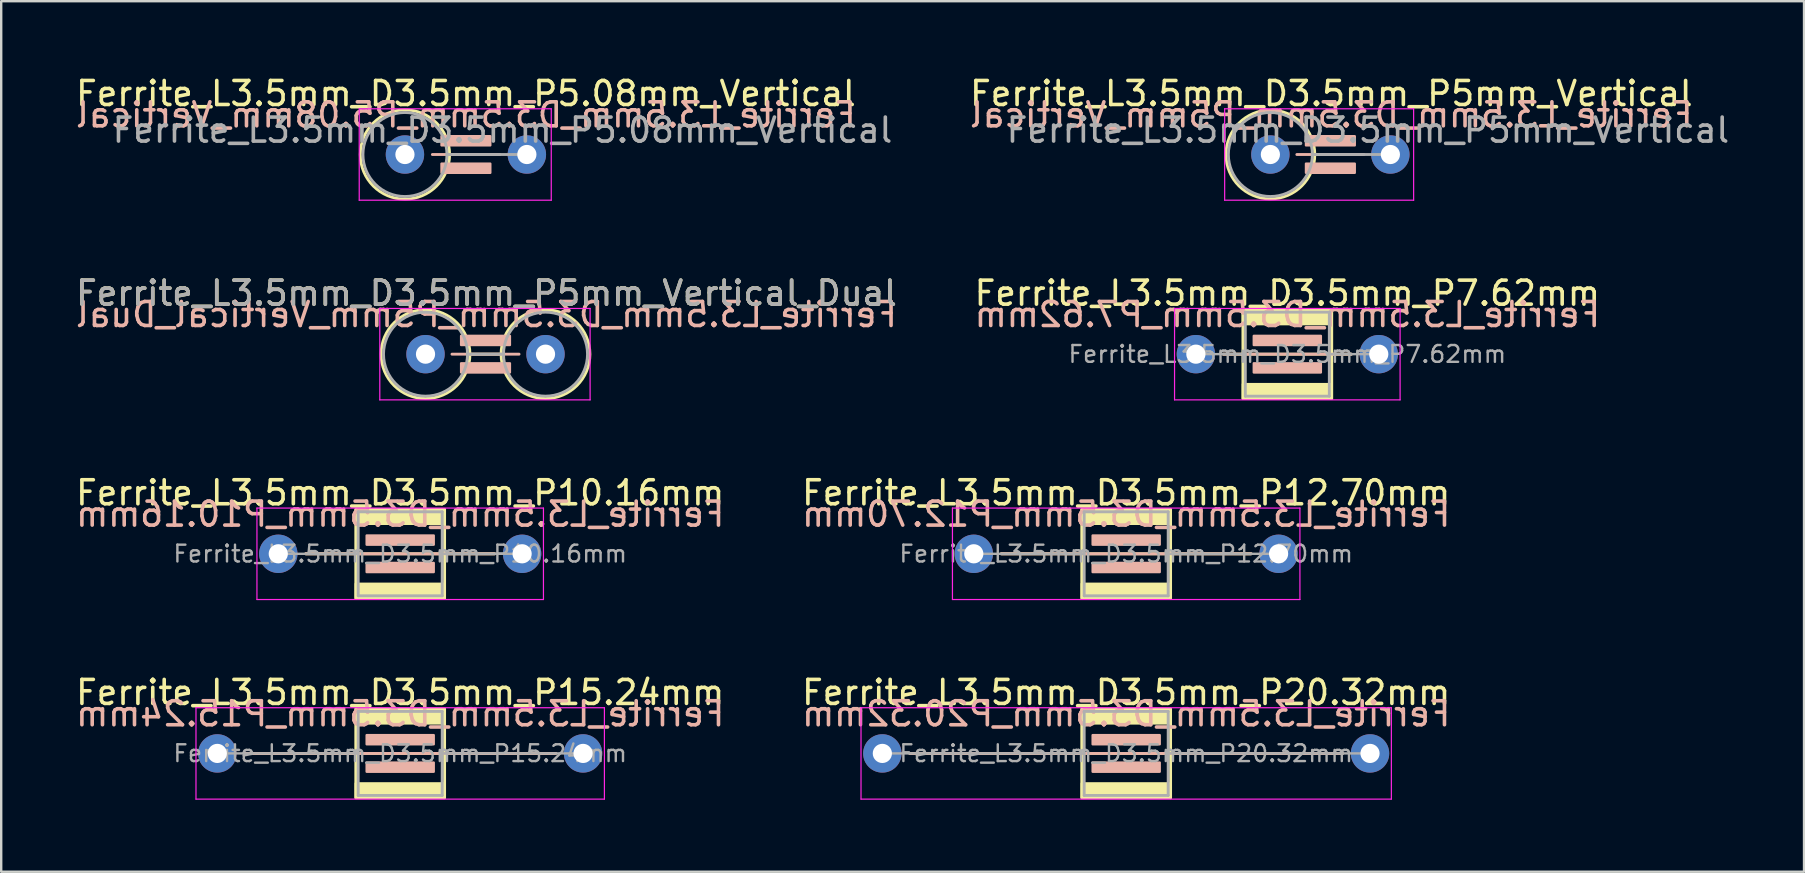
<source format=kicad_pcb>
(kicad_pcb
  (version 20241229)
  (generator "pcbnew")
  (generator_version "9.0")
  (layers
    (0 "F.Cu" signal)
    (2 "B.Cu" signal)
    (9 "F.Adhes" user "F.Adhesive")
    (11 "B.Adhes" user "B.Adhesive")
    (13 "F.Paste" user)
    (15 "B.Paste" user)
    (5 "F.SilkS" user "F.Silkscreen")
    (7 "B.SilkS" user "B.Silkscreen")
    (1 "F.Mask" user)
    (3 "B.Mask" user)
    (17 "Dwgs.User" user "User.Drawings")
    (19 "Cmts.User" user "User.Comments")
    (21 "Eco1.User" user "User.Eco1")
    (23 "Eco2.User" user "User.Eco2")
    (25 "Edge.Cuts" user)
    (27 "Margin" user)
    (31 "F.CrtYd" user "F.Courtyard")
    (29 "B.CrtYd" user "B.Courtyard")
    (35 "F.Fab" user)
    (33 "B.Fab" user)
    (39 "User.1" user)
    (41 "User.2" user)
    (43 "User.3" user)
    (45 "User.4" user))
  (footprint "Ferrite_L3.5mm_D3.5mm_P7.62mm"
    (layer "F.Cu")
    (at 46.779 11.707)
    (property "Reference" "Ferrite_L3.5mm_D3.5mm_P7.62mm" (at 3.81 -2.54 0) (layer "F.SilkS") (effects (font (size 1 1) (thickness 0.15))))
    (fp_line (start 6.477 0) (end 1.143 0) (stroke (width 0.12) (type solid)) (layer "F.SilkS"))
    (fp_rect (start 1.96 -1.85) (end 5.66 1.85) (stroke (width 0.12) (type solid)) (fill no) (layer "F.SilkS"))
    (fp_poly (pts (xy 5.66 -1.25) (xy 1.96 -1.25) (xy 1.96 -1.85) (xy 5.66 -1.85)) (stroke (width 0.1) (type solid)) (fill yes) (layer "F.SilkS"))
    (fp_poly (pts (xy 5.66 1.85) (xy 1.96 1.85) (xy 1.96 1.25) (xy 5.66 1.25)) (stroke (width 0.1) (type solid)) (fill yes) (layer "F.SilkS"))
    (fp_line (start 1.143 0) (end 6.477 0) (stroke (width 0.12) (type solid)) (layer "B.SilkS"))
    (fp_rect (start 2.413 -0.762) (end 5.207 -0.381) (stroke (width 0.1) (type solid)) (fill yes) (layer "B.SilkS"))
    (fp_rect (start 2.413 0.381) (end 5.207 0.762) (stroke (width 0.1) (type solid)) (fill yes) (layer "B.SilkS"))
    (fp_line (start -0.889 -1.905) (end 8.509 -1.905) (stroke (width 0.05) (type solid)) (layer "F.CrtYd"))
    (fp_line (start -0.889 1.905) (end -0.889 -1.905) (stroke (width 0.05) (type solid)) (layer "F.CrtYd"))
    (fp_line (start 8.509 -1.905) (end 8.509 1.905) (stroke (width 0.05) (type solid)) (layer "F.CrtYd"))
    (fp_line (start 8.509 1.905) (end -0.889 1.905) (stroke (width 0.05) (type solid)) (layer "F.CrtYd"))
    (fp_line (start 0 0) (end 2.06 0) (stroke (width 0.1) (type solid)) (layer "F.Fab"))
    (fp_line (start 2.06 -1.75) (end 2.06 1.75) (stroke (width 0.12) (type solid)) (layer "F.Fab"))
    (fp_line (start 2.06 1.75) (end 5.56 1.75) (stroke (width 0.12) (type solid)) (layer "F.Fab"))
    (fp_line (start 5.56 -1.75) (end 2.06 -1.75) (stroke (width 0.12) (type solid)) (layer "F.Fab"))
    (fp_line (start 5.56 0) (end 7.62 0) (stroke (width 0.1) (type solid)) (layer "F.Fab"))
    (fp_line (start 5.56 1.75) (end 5.56 -1.75) (stroke (width 0.12) (type solid)) (layer "F.Fab"))
    (fp_text user "${REFERENCE}" (at 3.81 -1.651 0) (layer "B.SilkS") (effects (font (size 1 1) (thickness 0.15)) (justify mirror)))
    (fp_text user "${REFERENCE}" (at 3.81 0 0) (layer "F.Fab") (effects (font (size 0.7 0.7) (thickness 0.1))))
    (pad "1" thru_hole circle (at 0 0) (size 1.6 1.6) (drill 0.8) (layers "*.Cu" "*.Mask"))
    (pad "2" thru_hole circle (at 7.62 0) (size 1.6 1.6) (drill 0.8) (layers "*.Cu" "*.Mask")))
  (footprint "Ferrite_L3.5mm_D3.5mm_P12.70mm"
    (layer "F.Cu")
    (at 37.525 20.025)
    (property "Reference" "Ferrite_L3.5mm_D3.5mm_P12.70mm" (at 6.35 -2.54 0) (layer "F.SilkS") (effects (font (size 1 1) (thickness 0.15))))
    (fp_line (start 11.557 0) (end 1.143 0) (stroke (width 0.12) (type solid)) (layer "F.SilkS"))
    (fp_rect (start 4.5 -1.85) (end 8.2 1.85) (stroke (width 0.12) (type solid)) (fill no) (layer "F.SilkS"))
    (fp_poly (pts (xy 8.2 -1.25) (xy 4.5 -1.25) (xy 4.5 -1.85) (xy 8.2 -1.85)) (stroke (width 0.1) (type solid)) (fill yes) (layer "F.SilkS"))
    (fp_poly (pts (xy 8.2 1.85) (xy 4.5 1.85) (xy 4.5 1.25) (xy 8.2 1.25)) (stroke (width 0.1) (type solid)) (fill yes) (layer "F.SilkS"))
    (fp_line (start 1.143 0) (end 11.557 0) (stroke (width 0.12) (type solid)) (layer "B.SilkS"))
    (fp_rect (start 4.953 -0.762) (end 7.747 -0.381) (stroke (width 0.1) (type solid)) (fill yes) (layer "B.SilkS"))
    (fp_rect (start 4.953 0.381) (end 7.747 0.762) (stroke (width 0.1) (type solid)) (fill yes) (layer "B.SilkS"))
    (fp_line (start -0.889 -1.905) (end 13.589 -1.905) (stroke (width 0.05) (type solid)) (layer "F.CrtYd"))
    (fp_line (start -0.889 1.905) (end -0.889 -1.905) (stroke (width 0.05) (type solid)) (layer "F.CrtYd"))
    (fp_line (start 13.589 -1.905) (end 13.589 1.905) (stroke (width 0.05) (type solid)) (layer "F.CrtYd"))
    (fp_line (start 13.589 1.905) (end -0.889 1.905) (stroke (width 0.05) (type solid)) (layer "F.CrtYd"))
    (fp_line (start 4.6 -1.75) (end 4.6 1.75) (stroke (width 0.12) (type solid)) (layer "F.Fab"))
    (fp_line (start 4.6 0) (end 0 0) (stroke (width 0.1) (type solid)) (layer "F.Fab"))
    (fp_line (start 4.6 1.75) (end 8.1 1.75) (stroke (width 0.12) (type solid)) (layer "F.Fab"))
    (fp_line (start 8.1 -1.75) (end 4.6 -1.75) (stroke (width 0.12) (type solid)) (layer "F.Fab"))
    (fp_line (start 8.1 0) (end 12.7 0) (stroke (width 0.1) (type solid)) (layer "F.Fab"))
    (fp_line (start 8.1 1.75) (end 8.1 -1.75) (stroke (width 0.12) (type solid)) (layer "F.Fab"))
    (fp_text user "${REFERENCE}" (at 6.35 -1.651 0) (layer "B.SilkS") (effects (font (size 1 1) (thickness 0.15)) (justify mirror)))
    (fp_text user "${REFERENCE}" (at 6.35 0 0) (layer "F.Fab") (effects (font (size 0.7 0.7) (thickness 0.1))))
    (pad "1" thru_hole circle (at 0 0) (size 1.6 1.6) (drill 0.8) (layers "*.Cu" "*.Mask"))
    (pad "2" thru_hole circle (at 12.7 0) (size 1.6 1.6) (drill 0.8) (layers "*.Cu" "*.Mask")))
  (footprint "Ferrite_L3.5mm_D3.5mm_P5mm_Vertical_Dual"
    (layer "F.Cu")
    (at 14.68 11.707)
    (property "Reference" "Ferrite_L3.5mm_D3.5mm_P5mm_Vertical_Dual" (at 2.54 -2.54 0) (layer "F.SilkS") (effects (font (size 1 1) (thickness 0.15))))
    (fp_line (start 1.85 0) (end 3.15 0) (stroke (width 0.12) (type solid)) (layer "F.SilkS"))
    (fp_circle (center 0 0) (end -1.85 0) (stroke (width 0.12) (type solid)) (fill no) (layer "F.SilkS"))
    (fp_circle (center 5 0) (end 3.15 0) (stroke (width 0.12) (type solid)) (fill no) (layer "F.SilkS"))
    (fp_line (start 3.897 0) (end 1.103 0) (stroke (width 0.12) (type solid)) (layer "B.SilkS"))
    (fp_rect (start 1.484 -0.762) (end 3.516 -0.381) (stroke (width 0.1) (type solid)) (fill yes) (layer "B.SilkS"))
    (fp_rect (start 1.484 0.381) (end 3.516 0.762) (stroke (width 0.1) (type solid)) (fill yes) (layer "B.SilkS"))
    (fp_line (start -1.905 -1.905) (end 6.858 -1.905) (stroke (width 0.05) (type solid)) (layer "F.CrtYd"))
    (fp_line (start -1.905 1.905) (end -1.905 -1.905) (stroke (width 0.05) (type solid)) (layer "F.CrtYd"))
    (fp_line (start 6.858 -1.905) (end 6.858 1.905) (stroke (width 0.05) (type solid)) (layer "F.CrtYd"))
    (fp_line (start 6.858 1.905) (end -1.905 1.905) (stroke (width 0.05) (type solid)) (layer "F.CrtYd"))
    (fp_line (start 1.75 0) (end 3.25 0) (stroke (width 0.12) (type solid)) (layer "F.Fab"))
    (fp_circle (center 0 0) (end -1.75 0) (stroke (width 0.12) (type solid)) (fill no) (layer "F.Fab"))
    (fp_circle (center 5 0) (end 3.25 0) (stroke (width 0.12) (type solid)) (fill no) (layer "F.Fab"))
    (fp_text user "${REFERENCE}" (at 2.54 -1.651 0) (layer "B.SilkS") (effects (font (size 1 1) (thickness 0.15)) (justify mirror)))
    (fp_text user "${REFERENCE}" (at 2.54 -2.539 0) (layer "F.Fab") (effects (font (size 1 1) (thickness 0.15))))
    (pad "1" thru_hole circle (at 0 0) (size 1.6 1.6) (drill 0.8) (layers "*.Cu" "*.Mask"))
    (pad "2" thru_hole circle (at 5 0) (size 1.6 1.6) (drill 0.8) (layers "*.Cu" "*.Mask")))
  (footprint "Ferrite_L3.5mm_D3.5mm_P15.24mm"
    (layer "F.Cu")
    (at 6.005 28.343)
    (property "Reference" "Ferrite_L3.5mm_D3.5mm_P15.24mm" (at 7.62 -2.54 0) (layer "F.SilkS") (effects (font (size 1 1) (thickness 0.15))))
    (fp_line (start 14.097 0) (end 1.143 0) (stroke (width 0.12) (type solid)) (layer "F.SilkS"))
    (fp_rect (start 5.77 -1.85) (end 9.47 1.85) (stroke (width 0.12) (type solid)) (fill no) (layer "F.SilkS"))
    (fp_poly (pts (xy 9.47 -1.25) (xy 5.77 -1.25) (xy 5.77 -1.85) (xy 9.47 -1.85)) (stroke (width 0.1) (type solid)) (fill yes) (layer "F.SilkS"))
    (fp_poly (pts (xy 9.47 1.85) (xy 5.77 1.85) (xy 5.77 1.25) (xy 9.47 1.25)) (stroke (width 0.1) (type solid)) (fill yes) (layer "F.SilkS"))
    (fp_line (start 1.143 0) (end 14.097 0) (stroke (width 0.12) (type solid)) (layer "B.SilkS"))
    (fp_rect (start 6.223 -0.762) (end 9.017 -0.381) (stroke (width 0.1) (type solid)) (fill yes) (layer "B.SilkS"))
    (fp_rect (start 6.223 0.381) (end 9.017 0.762) (stroke (width 0.1) (type solid)) (fill yes) (layer "B.SilkS"))
    (fp_line (start -0.889 -1.905) (end 16.129 -1.905) (stroke (width 0.05) (type solid)) (layer "F.CrtYd"))
    (fp_line (start -0.889 1.905) (end -0.889 -1.905) (stroke (width 0.05) (type solid)) (layer "F.CrtYd"))
    (fp_line (start 16.129 -1.905) (end 16.129 1.905) (stroke (width 0.05) (type solid)) (layer "F.CrtYd"))
    (fp_line (start 16.129 1.905) (end -0.889 1.905) (stroke (width 0.05) (type solid)) (layer "F.CrtYd"))
    (fp_line (start 5.87 -1.75) (end 5.87 1.75) (stroke (width 0.12) (type solid)) (layer "F.Fab"))
    (fp_line (start 5.87 0) (end 0 0) (stroke (width 0.1) (type solid)) (layer "F.Fab"))
    (fp_line (start 5.87 1.75) (end 9.37 1.75) (stroke (width 0.12) (type solid)) (layer "F.Fab"))
    (fp_line (start 9.37 -1.75) (end 5.87 -1.75) (stroke (width 0.12) (type solid)) (layer "F.Fab"))
    (fp_line (start 9.37 0) (end 15.24 0) (stroke (width 0.1) (type solid)) (layer "F.Fab"))
    (fp_line (start 9.37 1.75) (end 9.37 -1.75) (stroke (width 0.12) (type solid)) (layer "F.Fab"))
    (fp_text user "${REFERENCE}" (at 7.62 -1.651 0) (layer "B.SilkS") (effects (font (size 1 1) (thickness 0.15)) (justify mirror)))
    (fp_text user "${REFERENCE}" (at 7.62 0 0) (layer "F.Fab") (effects (font (size 0.7 0.7) (thickness 0.1))))
    (pad "1" thru_hole circle (at 0 0) (size 1.6 1.6) (drill 0.8) (layers "*.Cu" "*.Mask"))
    (pad "2" thru_hole circle (at 15.24 0) (size 1.6 1.6) (drill 0.8) (layers "*.Cu" "*.Mask")))
  (footprint "Ferrite_L3.5mm_D3.5mm_P5.08mm_Vertical"
    (layer "F.Cu")
    (at 13.823 3.388)
    (property "Reference" "Ferrite_L3.5mm_D3.5mm_P5.08mm_Vertical" (at 2.54 -2.54 0) (layer "F.SilkS") (effects (font (size 1 1) (thickness 0.15))))
    (fp_line (start 1.86 0) (end 3.937 0) (stroke (width 0.12) (type solid)) (layer "F.SilkS"))
    (fp_circle (center 0 0) (end -1.86 0) (stroke (width 0.12) (type solid)) (fill no) (layer "F.SilkS"))
    (fp_line (start 3.937 0) (end 1.143 0) (stroke (width 0.12) (type solid)) (layer "B.SilkS"))
    (fp_rect (start 1.524 -0.762) (end 3.556 -0.381) (stroke (width 0.1) (type solid)) (fill yes) (layer "B.SilkS"))
    (fp_rect (start 1.524 0.381) (end 3.556 0.762) (stroke (width 0.1) (type solid)) (fill yes) (layer "B.SilkS"))
    (fp_line (start -1.905 -1.905) (end 6.096 -1.905) (stroke (width 0.05) (type solid)) (layer "F.CrtYd"))
    (fp_line (start -1.905 1.905) (end -1.905 -1.905) (stroke (width 0.05) (type solid)) (layer "F.CrtYd"))
    (fp_line (start 6.096 -1.905) (end 6.096 1.905) (stroke (width 0.05) (type solid)) (layer "F.CrtYd"))
    (fp_line (start 6.096 1.905) (end -1.905 1.905) (stroke (width 0.05) (type solid)) (layer "F.CrtYd"))
    (fp_line (start 1.75 0) (end 5.08 0) (stroke (width 0.12) (type solid)) (layer "F.Fab"))
    (fp_circle (center 0 0) (end -1.75 0) (stroke (width 0.12) (type solid)) (fill no) (layer "F.Fab"))
    (fp_text user "${REFERENCE}" (at 2.54 -1.651 0) (layer "B.SilkS") (effects (font (size 1 1) (thickness 0.15)) (justify mirror)))
    (fp_text user "${REFERENCE}" (at 4.064 -1.016 0) (layer "F.Fab") (effects (font (size 1 1) (thickness 0.15))))
    (pad "1" thru_hole circle (at 0 0) (size 1.6 1.6) (drill 0.8) (layers "*.Cu" "*.Mask"))
    (pad "2" thru_hole circle (at 5.08 0) (size 1.6 1.6) (drill 0.8) (layers "*.Cu" "*.Mask")))
  (footprint "Ferrite_L3.5mm_D3.5mm_P10.16mm"
    (layer "F.Cu")
    (at 8.545 20.025)
    (property "Reference" "Ferrite_L3.5mm_D3.5mm_P10.16mm" (at 5.08 -2.54 0) (layer "F.SilkS") (effects (font (size 1 1) (thickness 0.15))))
    (fp_line (start 9.017 0) (end 1.143 0) (stroke (width 0.12) (type solid)) (layer "F.SilkS"))
    (fp_rect (start 3.23 -1.85) (end 6.93 1.85) (stroke (width 0.12) (type solid)) (fill no) (layer "F.SilkS"))
    (fp_poly (pts (xy 6.93 -1.25) (xy 3.23 -1.25) (xy 3.23 -1.85) (xy 6.93 -1.85)) (stroke (width 0.1) (type solid)) (fill yes) (layer "F.SilkS"))
    (fp_poly (pts (xy 6.93 1.85) (xy 3.23 1.85) (xy 3.23 1.25) (xy 6.93 1.25)) (stroke (width 0.1) (type solid)) (fill yes) (layer "F.SilkS"))
    (fp_line (start 1.143 0) (end 9.017 0) (stroke (width 0.12) (type solid)) (layer "B.SilkS"))
    (fp_rect (start 3.683 -0.762) (end 6.477 -0.381) (stroke (width 0.1) (type solid)) (fill yes) (layer "B.SilkS"))
    (fp_rect (start 3.683 0.381) (end 6.477 0.762) (stroke (width 0.1) (type solid)) (fill yes) (layer "B.SilkS"))
    (fp_line (start -0.889 -1.905) (end 11.049 -1.905) (stroke (width 0.05) (type solid)) (layer "F.CrtYd"))
    (fp_line (start -0.889 1.905) (end -0.889 -1.905) (stroke (width 0.05) (type solid)) (layer "F.CrtYd"))
    (fp_line (start 11.049 -1.905) (end 11.049 1.905) (stroke (width 0.05) (type solid)) (layer "F.CrtYd"))
    (fp_line (start 11.049 1.905) (end -0.889 1.905) (stroke (width 0.05) (type solid)) (layer "F.CrtYd"))
    (fp_line (start 3.33 -1.75) (end 3.33 1.75) (stroke (width 0.12) (type solid)) (layer "F.Fab"))
    (fp_line (start 3.33 0) (end 0 0) (stroke (width 0.1) (type solid)) (layer "F.Fab"))
    (fp_line (start 3.33 1.75) (end 6.83 1.75) (stroke (width 0.12) (type solid)) (layer "F.Fab"))
    (fp_line (start 6.83 -1.75) (end 3.33 -1.75) (stroke (width 0.12) (type solid)) (layer "F.Fab"))
    (fp_line (start 6.83 0) (end 10.16 0) (stroke (width 0.1) (type solid)) (layer "F.Fab"))
    (fp_line (start 6.83 1.75) (end 6.83 -1.75) (stroke (width 0.12) (type solid)) (layer "F.Fab"))
    (fp_text user "${REFERENCE}" (at 5.08 -1.651 0) (layer "B.SilkS") (effects (font (size 1 1) (thickness 0.15)) (justify mirror)))
    (fp_text user "${REFERENCE}" (at 5.08 0 0) (layer "F.Fab") (effects (font (size 0.7 0.7) (thickness 0.1))))
    (pad "1" thru_hole circle (at 0 0) (size 1.6 1.6) (drill 0.8) (layers "*.Cu" "*.Mask"))
    (pad "2" thru_hole circle (at 10.16 0) (size 1.6 1.6) (drill 0.8) (layers "*.Cu" "*.Mask")))
  (footprint "Ferrite_L3.5mm_D3.5mm_P5mm_Vertical"
    (layer "F.Cu")
    (at 49.883 3.388)
    (property "Reference" "Ferrite_L3.5mm_D3.5mm_P5mm_Vertical" (at 2.54 -2.54 0) (layer "F.SilkS") (effects (font (size 1 1) (thickness 0.15))))
    (fp_line (start 1.85 0) (end 3.81 0) (stroke (width 0.12) (type solid)) (layer "F.SilkS"))
    (fp_circle (center 0 0) (end -1.85 0) (stroke (width 0.12) (type solid)) (fill no) (layer "F.SilkS"))
    (fp_line (start 3.897 0) (end 1.103 0) (stroke (width 0.12) (type solid)) (layer "B.SilkS"))
    (fp_rect (start 1.484 -0.762) (end 3.516 -0.381) (stroke (width 0.1) (type solid)) (fill yes) (layer "B.SilkS"))
    (fp_rect (start 1.484 0.381) (end 3.516 0.762) (stroke (width 0.1) (type solid)) (fill yes) (layer "B.SilkS"))
    (fp_line (start -1.905 -1.905) (end 5.969 -1.905) (stroke (width 0.05) (type solid)) (layer "F.CrtYd"))
    (fp_line (start -1.905 1.905) (end -1.905 -1.905) (stroke (width 0.05) (type solid)) (layer "F.CrtYd"))
    (fp_line (start 5.969 -1.905) (end 5.969 1.905) (stroke (width 0.05) (type solid)) (layer "F.CrtYd"))
    (fp_line (start 5.969 1.905) (end -1.905 1.905) (stroke (width 0.05) (type solid)) (layer "F.CrtYd"))
    (fp_line (start 1.75 0) (end 5 0) (stroke (width 0.12) (type solid)) (layer "F.Fab"))
    (fp_circle (center 0 0) (end -1.75 0) (stroke (width 0.12) (type solid)) (fill no) (layer "F.Fab"))
    (fp_text user "${REFERENCE}" (at 2.54 -1.651 0) (layer "B.SilkS") (effects (font (size 1 1) (thickness 0.15)) (justify mirror)))
    (fp_text user "${REFERENCE}" (at 4.064 -1.016 0) (layer "F.Fab") (effects (font (size 1 1) (thickness 0.15))))
    (pad "1" thru_hole circle (at 0 0) (size 1.6 1.6) (drill 0.8) (layers "*.Cu" "*.Mask"))
    (pad "2" thru_hole circle (at 5 0) (size 1.6 1.6) (drill 0.8) (layers "*.Cu" "*.Mask")))
  (footprint "Ferrite_L3.5mm_D3.5mm_P20.32mm"
    (layer "F.Cu")
    (at 33.715 28.343)
    (property "Reference" "Ferrite_L3.5mm_D3.5mm_P20.32mm" (at 10.16 -2.54 0) (layer "F.SilkS") (effects (font (size 1 1) (thickness 0.15))))
    (fp_line (start 19.177 0) (end 1.143 0) (stroke (width 0.12) (type solid)) (layer "F.SilkS"))
    (fp_rect (start 8.31 -1.85) (end 12.01 1.85) (stroke (width 0.12) (type solid)) (fill no) (layer "F.SilkS"))
    (fp_poly (pts (xy 12.01 -1.25) (xy 8.31 -1.25) (xy 8.31 -1.85) (xy 12.01 -1.85)) (stroke (width 0.1) (type solid)) (fill yes) (layer "F.SilkS"))
    (fp_poly (pts (xy 12.01 1.85) (xy 8.31 1.85) (xy 8.31 1.25) (xy 12.01 1.25)) (stroke (width 0.1) (type solid)) (fill yes) (layer "F.SilkS"))
    (fp_line (start 1.143 0) (end 19.177 0) (stroke (width 0.12) (type solid)) (layer "B.SilkS"))
    (fp_rect (start 8.763 -0.762) (end 11.557 -0.381) (stroke (width 0.1) (type solid)) (fill yes) (layer "B.SilkS"))
    (fp_rect (start 8.763 0.381) (end 11.557 0.762) (stroke (width 0.1) (type solid)) (fill yes) (layer "B.SilkS"))
    (fp_line (start -0.889 -1.905) (end 21.209 -1.905) (stroke (width 0.05) (type solid)) (layer "F.CrtYd"))
    (fp_line (start -0.889 1.905) (end -0.889 -1.905) (stroke (width 0.05) (type solid)) (layer "F.CrtYd"))
    (fp_line (start 21.209 -1.905) (end 21.209 1.905) (stroke (width 0.05) (type solid)) (layer "F.CrtYd"))
    (fp_line (start 21.209 1.905) (end -0.889 1.905) (stroke (width 0.05) (type solid)) (layer "F.CrtYd"))
    (fp_line (start 8.41 -1.75) (end 8.41 1.75) (stroke (width 0.12) (type solid)) (layer "F.Fab"))
    (fp_line (start 8.41 0) (end 0 0) (stroke (width 0.1) (type solid)) (layer "F.Fab"))
    (fp_line (start 8.41 1.75) (end 11.91 1.75) (stroke (width 0.12) (type solid)) (layer "F.Fab"))
    (fp_line (start 11.91 -1.75) (end 8.41 -1.75) (stroke (width 0.12) (type solid)) (layer "F.Fab"))
    (fp_line (start 11.91 0) (end 20.066 0) (stroke (width 0.1) (type solid)) (layer "F.Fab"))
    (fp_line (start 11.91 1.75) (end 11.91 -1.75) (stroke (width 0.12) (type solid)) (layer "F.Fab"))
    (fp_line (start 20.066 0) (end 20.32 0) (stroke (width 0.1) (type solid)) (layer "F.Fab"))
    (fp_text user "${REFERENCE}" (at 10.16 -1.651 0) (layer "B.SilkS") (effects (font (size 1 1) (thickness 0.15)) (justify mirror)))
    (fp_text user "${REFERENCE}" (at 10.16 0 0) (layer "F.Fab") (effects (font (size 0.7 0.7) (thickness 0.1))))
    (pad "1" thru_hole circle (at 0 0) (size 1.6 1.6) (drill 0.8) (layers "*.Cu" "*.Mask"))
    (pad "2" thru_hole circle (at 20.32 0) (size 1.6 1.6) (drill 0.8) (layers "*.Cu" "*.Mask")))
  (gr_rect
    (start -3 -3)
    (end 72.119 33.273)
    (stroke (width 0.1) (type default))
    (fill no)
    (layer "Edge.Cuts")))
</source>
